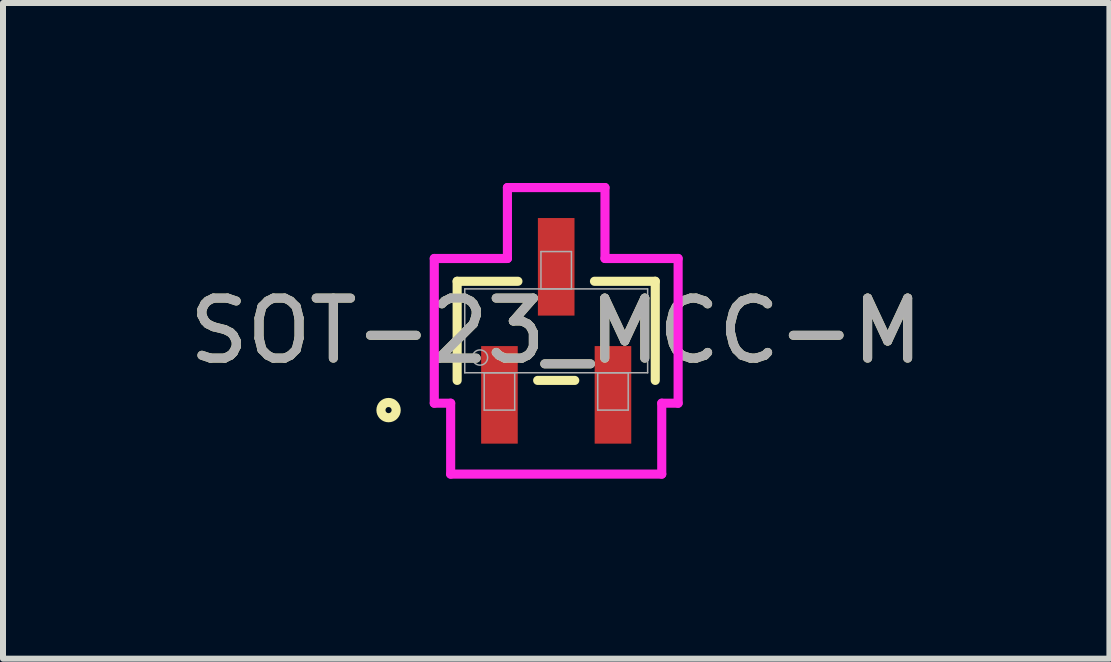
<source format=kicad_pcb>
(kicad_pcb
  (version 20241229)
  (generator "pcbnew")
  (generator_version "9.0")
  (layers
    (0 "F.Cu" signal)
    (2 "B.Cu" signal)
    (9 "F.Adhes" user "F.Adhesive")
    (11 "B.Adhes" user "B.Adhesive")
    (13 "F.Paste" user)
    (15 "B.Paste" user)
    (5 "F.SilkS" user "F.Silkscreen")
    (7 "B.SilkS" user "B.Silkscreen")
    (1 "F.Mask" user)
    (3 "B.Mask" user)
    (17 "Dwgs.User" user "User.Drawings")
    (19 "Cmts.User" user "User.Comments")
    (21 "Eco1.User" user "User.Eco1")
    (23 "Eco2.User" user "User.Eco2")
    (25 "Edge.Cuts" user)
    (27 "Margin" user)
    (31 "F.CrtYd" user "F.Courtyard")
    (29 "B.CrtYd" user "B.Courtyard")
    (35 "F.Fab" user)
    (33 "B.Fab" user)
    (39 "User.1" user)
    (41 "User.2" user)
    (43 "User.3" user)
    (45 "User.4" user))
  (footprint "SOT-23_MCC-M"
    (layer "F.Cu")
    (at 6.22 2.464)
    (property "Reference" "SOT-23_MCC-M" (at 0 0 0) (unlocked yes) (layer "F.SilkS") (effects (font (size 1 1) (thickness 0.15))))
    (attr smd)
    (fp_line (start -1.651 -0.826) (end -1.651 0.826) (stroke (width 0.152) (type solid)) (layer "F.SilkS"))
    (fp_line (start -0.638 -0.826) (end -1.651 -0.826) (stroke (width 0.152) (type solid)) (layer "F.SilkS"))
    (fp_line (start -0.309 0.826) (end 0.309 0.826) (stroke (width 0.152) (type solid)) (layer "F.SilkS"))
    (fp_line (start 1.651 -0.826) (end 0.638 -0.826) (stroke (width 0.152) (type solid)) (layer "F.SilkS"))
    (fp_line (start 1.651 0.826) (end 1.651 -0.826) (stroke (width 0.152) (type solid)) (layer "F.SilkS"))
    (fp_circle (center -2.794 1.321) (end -2.667 1.321) (stroke (width 0.152) (type solid)) (fill no) (layer "F.SilkS"))
    (fp_line (start -2.032 -1.206) (end -0.813 -1.206) (stroke (width 0.152) (type solid)) (layer "F.CrtYd"))
    (fp_line (start -2.032 1.206) (end -2.032 -1.206) (stroke (width 0.152) (type solid)) (layer "F.CrtYd"))
    (fp_line (start -2.032 1.206) (end -1.759 1.206) (stroke (width 0.152) (type solid)) (layer "F.CrtYd"))
    (fp_line (start -1.759 1.206) (end -1.759 2.388) (stroke (width 0.152) (type solid)) (layer "F.CrtYd"))
    (fp_line (start -1.759 2.388) (end 1.759 2.388) (stroke (width 0.152) (type solid)) (layer "F.CrtYd"))
    (fp_line (start -0.813 -2.388) (end 0.813 -2.388) (stroke (width 0.152) (type solid)) (layer "F.CrtYd"))
    (fp_line (start -0.813 -1.206) (end -0.813 -2.388) (stroke (width 0.152) (type solid)) (layer "F.CrtYd"))
    (fp_line (start 0.813 -1.206) (end 0.813 -2.388) (stroke (width 0.152) (type solid)) (layer "F.CrtYd"))
    (fp_line (start 1.759 1.206) (end 1.759 2.388) (stroke (width 0.152) (type solid)) (layer "F.CrtYd"))
    (fp_line (start 2.032 -1.206) (end 0.813 -1.206) (stroke (width 0.152) (type solid)) (layer "F.CrtYd"))
    (fp_line (start 2.032 -1.206) (end 2.032 1.206) (stroke (width 0.152) (type solid)) (layer "F.CrtYd"))
    (fp_line (start 2.032 1.206) (end 1.759 1.206) (stroke (width 0.152) (type solid)) (layer "F.CrtYd"))
    (fp_line (start -1.524 -0.699) (end -1.524 0.699) (stroke (width 0.025) (type solid)) (layer "F.Fab"))
    (fp_line (start -1.524 0.699) (end 1.524 0.699) (stroke (width 0.025) (type solid)) (layer "F.Fab"))
    (fp_line (start -1.2 0.699) (end -1.2 1.321) (stroke (width 0.025) (type solid)) (layer "F.Fab"))
    (fp_line (start -1.2 1.321) (end -0.692 1.321) (stroke (width 0.025) (type solid)) (layer "F.Fab"))
    (fp_line (start -0.692 0.699) (end -1.2 0.699) (stroke (width 0.025) (type solid)) (layer "F.Fab"))
    (fp_line (start -0.692 1.321) (end -0.692 0.699) (stroke (width 0.025) (type solid)) (layer "F.Fab"))
    (fp_line (start -0.254 -1.321) (end -0.254 -0.699) (stroke (width 0.025) (type solid)) (layer "F.Fab"))
    (fp_line (start -0.254 -0.699) (end 0.254 -0.699) (stroke (width 0.025) (type solid)) (layer "F.Fab"))
    (fp_line (start 0.254 -1.321) (end -0.254 -1.321) (stroke (width 0.025) (type solid)) (layer "F.Fab"))
    (fp_line (start 0.254 -0.699) (end 0.254 -1.321) (stroke (width 0.025) (type solid)) (layer "F.Fab"))
    (fp_line (start 0.692 0.699) (end 0.692 1.321) (stroke (width 0.025) (type solid)) (layer "F.Fab"))
    (fp_line (start 0.692 1.321) (end 1.2 1.321) (stroke (width 0.025) (type solid)) (layer "F.Fab"))
    (fp_line (start 1.2 0.699) (end 0.692 0.699) (stroke (width 0.025) (type solid)) (layer "F.Fab"))
    (fp_line (start 1.2 1.321) (end 1.2 0.699) (stroke (width 0.025) (type solid)) (layer "F.Fab"))
    (fp_line (start 1.524 -0.699) (end -1.524 -0.699) (stroke (width 0.025) (type solid)) (layer "F.Fab"))
    (fp_line (start 1.524 0.699) (end 1.524 -0.699) (stroke (width 0.025) (type solid)) (layer "F.Fab"))
    (fp_circle (center -1.27 0.445) (end -1.143 0.445) (stroke (width 0.025) (type solid)) (fill no) (layer "F.Fab"))
    (fp_text user "${REFERENCE}" (at 0 0 0) (unlocked yes) (layer "F.Fab") (effects (font (size 1 1) (thickness 0.15))))
    (pad "1" smd rect (at -0.946 1.067) (size 0.61 1.626) (layers "F.Cu" "F.Mask" "F.Paste"))
    (pad "2" smd rect (at 0.946 1.067) (size 0.61 1.626) (layers "F.Cu" "F.Mask" "F.Paste"))
    (pad "3" smd rect (at 0 -1.067) (size 0.61 1.626) (layers "F.Cu" "F.Mask" "F.Paste")))
  (gr_rect
    (start -3 -3)
    (end 15.44 7.928)
    (stroke (width 0.1) (type default))
    (fill no)
    (layer "Edge.Cuts")))
</source>
